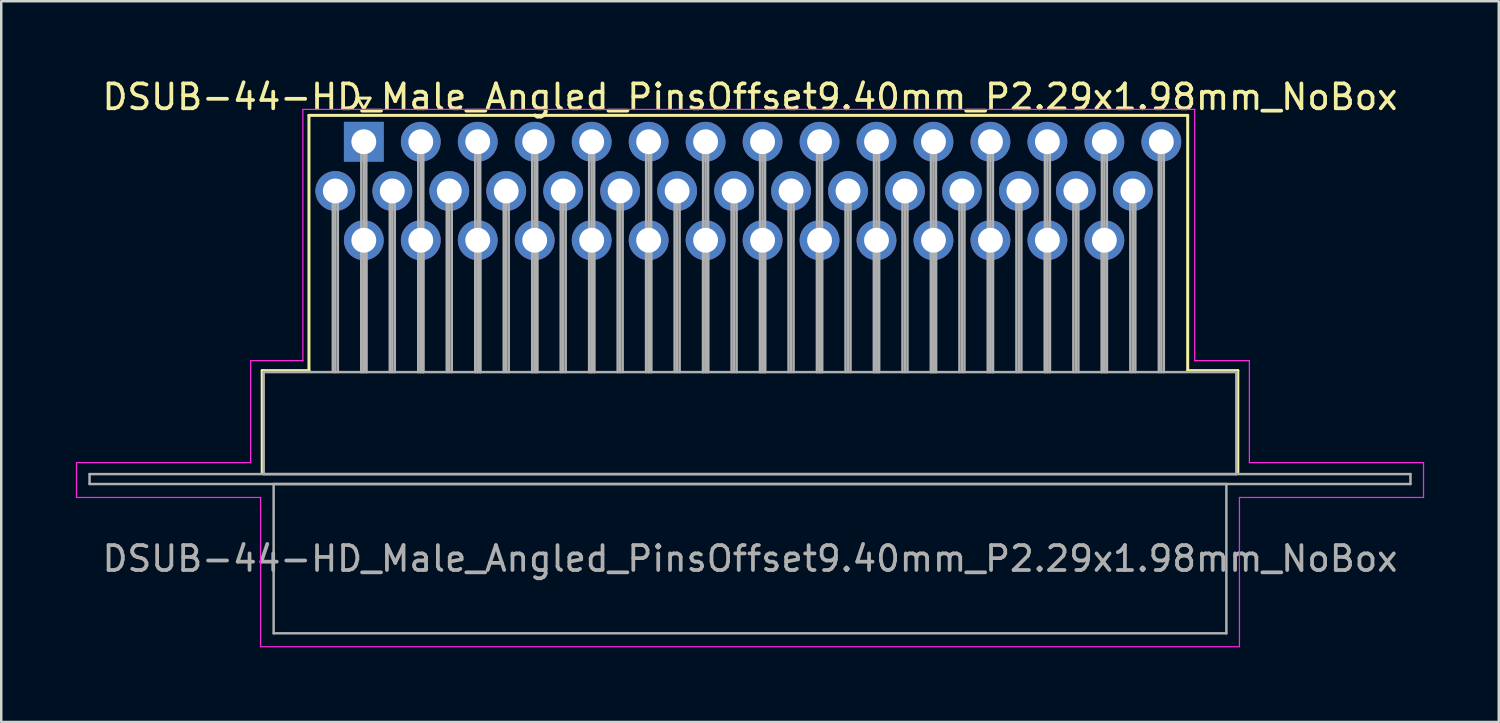
<source format=kicad_pcb>
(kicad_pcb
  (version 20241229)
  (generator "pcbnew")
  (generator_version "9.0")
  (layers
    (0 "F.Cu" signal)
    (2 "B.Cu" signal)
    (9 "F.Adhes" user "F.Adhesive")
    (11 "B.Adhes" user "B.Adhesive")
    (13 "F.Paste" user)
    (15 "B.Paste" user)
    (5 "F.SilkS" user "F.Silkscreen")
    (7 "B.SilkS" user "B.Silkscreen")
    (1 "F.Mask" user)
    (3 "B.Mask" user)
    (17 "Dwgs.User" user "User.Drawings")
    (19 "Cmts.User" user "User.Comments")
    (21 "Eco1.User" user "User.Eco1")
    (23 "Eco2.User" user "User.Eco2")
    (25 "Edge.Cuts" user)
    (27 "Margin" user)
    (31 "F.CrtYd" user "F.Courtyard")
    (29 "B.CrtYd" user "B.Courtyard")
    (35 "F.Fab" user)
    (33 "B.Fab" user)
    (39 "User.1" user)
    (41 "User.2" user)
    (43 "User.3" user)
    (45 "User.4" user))
  (footprint "DSUB-44-HD_Male_Angled_PinsOffset9.40mm_P2.29x1.98mm_NoBox"
    (layer "F.Cu")
    (at 11.575 2.648)
    (property "Reference" "DSUB-44-HD_Male_Angled_PinsOffset9.40mm_P2.29x1.98mm_NoBox" (at 15.525 -1.8 0) (layer "F.SilkS") (effects (font (size 1 1) (thickness 0.15))))
    (attr through_hole)
    (fp_line (start -4.085 9.2) (end -2.205 9.2) (stroke (width 0.12) (type solid)) (layer "F.SilkS"))
    (fp_line (start -4.085 13.3) (end -4.085 9.2) (stroke (width 0.12) (type solid)) (layer "F.SilkS"))
    (fp_line (start -2.205 -1.06) (end 33.12 -1.06) (stroke (width 0.12) (type solid)) (layer "F.SilkS"))
    (fp_line (start -2.205 9.2) (end -2.205 -1.06) (stroke (width 0.12) (type solid)) (layer "F.SilkS"))
    (fp_line (start -0.25 -1.754) (end 0.25 -1.754) (stroke (width 0.12) (type solid)) (layer "F.SilkS"))
    (fp_line (start 0 -1.321) (end -0.25 -1.754) (stroke (width 0.12) (type solid)) (layer "F.SilkS"))
    (fp_line (start 0.25 -1.754) (end 0 -1.321) (stroke (width 0.12) (type solid)) (layer "F.SilkS"))
    (fp_line (start 33.12 -1.06) (end 33.12 9.2) (stroke (width 0.12) (type solid)) (layer "F.SilkS"))
    (fp_line (start 33.12 9.2) (end 35.135 9.2) (stroke (width 0.12) (type solid)) (layer "F.SilkS"))
    (fp_line (start 35.135 9.2) (end 35.135 13.3) (stroke (width 0.12) (type solid)) (layer "F.SilkS"))
    (fp_line (start -11.55 12.9) (end -4.55 12.9) (stroke (width 0.05) (type solid)) (layer "F.CrtYd"))
    (fp_line (start -11.55 14.3) (end -11.55 12.9) (stroke (width 0.05) (type solid)) (layer "F.CrtYd"))
    (fp_line (start -4.55 8.8) (end -2.45 8.8) (stroke (width 0.05) (type solid)) (layer "F.CrtYd"))
    (fp_line (start -4.55 12.9) (end -4.55 8.8) (stroke (width 0.05) (type solid)) (layer "F.CrtYd"))
    (fp_line (start -4.15 14.3) (end -11.55 14.3) (stroke (width 0.05) (type solid)) (layer "F.CrtYd"))
    (fp_line (start -4.15 20.3) (end -4.15 14.3) (stroke (width 0.05) (type solid)) (layer "F.CrtYd"))
    (fp_line (start -2.45 -1.3) (end 33.4 -1.3) (stroke (width 0.05) (type solid)) (layer "F.CrtYd"))
    (fp_line (start -2.45 8.8) (end -2.45 -1.3) (stroke (width 0.05) (type solid)) (layer "F.CrtYd"))
    (fp_line (start 33.4 -1.3) (end 33.4 8.8) (stroke (width 0.05) (type solid)) (layer "F.CrtYd"))
    (fp_line (start 33.4 8.8) (end 35.6 8.8) (stroke (width 0.05) (type solid)) (layer "F.CrtYd"))
    (fp_line (start 35.2 14.3) (end 35.2 20.3) (stroke (width 0.05) (type solid)) (layer "F.CrtYd"))
    (fp_line (start 35.2 20.3) (end -4.15 20.3) (stroke (width 0.05) (type solid)) (layer "F.CrtYd"))
    (fp_line (start 35.6 8.8) (end 35.6 12.9) (stroke (width 0.05) (type solid)) (layer "F.CrtYd"))
    (fp_line (start 35.6 12.9) (end 42.6 12.9) (stroke (width 0.05) (type solid)) (layer "F.CrtYd"))
    (fp_line (start 42.6 12.9) (end 42.6 14.3) (stroke (width 0.05) (type solid)) (layer "F.CrtYd"))
    (fp_line (start 42.6 14.3) (end 35.2 14.3) (stroke (width 0.05) (type solid)) (layer "F.CrtYd"))
    (fp_line (start -11.025 13.36) (end -11.025 13.76) (stroke (width 0.1) (type solid)) (layer "F.Fab"))
    (fp_line (start -11.025 13.76) (end 42.075 13.76) (stroke (width 0.1) (type solid)) (layer "F.Fab"))
    (fp_line (start -4.025 9.26) (end -4.025 13.36) (stroke (width 0.1) (type solid)) (layer "F.Fab"))
    (fp_line (start -4.025 13.36) (end 35.075 13.36) (stroke (width 0.1) (type solid)) (layer "F.Fab"))
    (fp_line (start -3.625 13.76) (end -3.625 19.76) (stroke (width 0.1) (type solid)) (layer "F.Fab"))
    (fp_line (start -3.625 19.76) (end 34.675 19.76) (stroke (width 0.1) (type solid)) (layer "F.Fab"))
    (fp_line (start -1.245 1.98) (end -1.245 9.26) (stroke (width 0.1) (type solid)) (layer "F.Fab"))
    (fp_line (start -1.145 1.98) (end -1.145 9.26) (stroke (width 0.1) (type solid)) (layer "F.Fab"))
    (fp_line (start -1.045 1.98) (end -1.045 9.26) (stroke (width 0.1) (type solid)) (layer "F.Fab"))
    (fp_line (start -0.1 0) (end -0.1 9.26) (stroke (width 0.1) (type solid)) (layer "F.Fab"))
    (fp_line (start -0.1 3.96) (end -0.1 9.26) (stroke (width 0.1) (type solid)) (layer "F.Fab"))
    (fp_line (start 0 0) (end 0 9.26) (stroke (width 0.1) (type solid)) (layer "F.Fab"))
    (fp_line (start 0 3.96) (end 0 9.26) (stroke (width 0.1) (type solid)) (layer "F.Fab"))
    (fp_line (start 0.1 0) (end 0.1 9.26) (stroke (width 0.1) (type solid)) (layer "F.Fab"))
    (fp_line (start 0.1 3.96) (end 0.1 9.26) (stroke (width 0.1) (type solid)) (layer "F.Fab"))
    (fp_line (start 1.045 1.98) (end 1.045 9.26) (stroke (width 0.1) (type solid)) (layer "F.Fab"))
    (fp_line (start 1.145 1.98) (end 1.145 9.26) (stroke (width 0.1) (type solid)) (layer "F.Fab"))
    (fp_line (start 1.245 1.98) (end 1.245 9.26) (stroke (width 0.1) (type solid)) (layer "F.Fab"))
    (fp_line (start 2.19 0) (end 2.19 9.26) (stroke (width 0.1) (type solid)) (layer "F.Fab"))
    (fp_line (start 2.19 3.96) (end 2.19 9.26) (stroke (width 0.1) (type solid)) (layer "F.Fab"))
    (fp_line (start 2.29 0) (end 2.29 9.26) (stroke (width 0.1) (type solid)) (layer "F.Fab"))
    (fp_line (start 2.29 3.96) (end 2.29 9.26) (stroke (width 0.1) (type solid)) (layer "F.Fab"))
    (fp_line (start 2.39 0) (end 2.39 9.26) (stroke (width 0.1) (type solid)) (layer "F.Fab"))
    (fp_line (start 2.39 3.96) (end 2.39 9.26) (stroke (width 0.1) (type solid)) (layer "F.Fab"))
    (fp_line (start 3.335 1.98) (end 3.335 9.26) (stroke (width 0.1) (type solid)) (layer "F.Fab"))
    (fp_line (start 3.435 1.98) (end 3.435 9.26) (stroke (width 0.1) (type solid)) (layer "F.Fab"))
    (fp_line (start 3.535 1.98) (end 3.535 9.26) (stroke (width 0.1) (type solid)) (layer "F.Fab"))
    (fp_line (start 4.48 0) (end 4.48 9.26) (stroke (width 0.1) (type solid)) (layer "F.Fab"))
    (fp_line (start 4.48 3.96) (end 4.48 9.26) (stroke (width 0.1) (type solid)) (layer "F.Fab"))
    (fp_line (start 4.58 0) (end 4.58 9.26) (stroke (width 0.1) (type solid)) (layer "F.Fab"))
    (fp_line (start 4.58 3.96) (end 4.58 9.26) (stroke (width 0.1) (type solid)) (layer "F.Fab"))
    (fp_line (start 4.68 0) (end 4.68 9.26) (stroke (width 0.1) (type solid)) (layer "F.Fab"))
    (fp_line (start 4.68 3.96) (end 4.68 9.26) (stroke (width 0.1) (type solid)) (layer "F.Fab"))
    (fp_line (start 5.625 1.98) (end 5.625 9.26) (stroke (width 0.1) (type solid)) (layer "F.Fab"))
    (fp_line (start 5.725 1.98) (end 5.725 9.26) (stroke (width 0.1) (type solid)) (layer "F.Fab"))
    (fp_line (start 5.825 1.98) (end 5.825 9.26) (stroke (width 0.1) (type solid)) (layer "F.Fab"))
    (fp_line (start 6.77 0) (end 6.77 9.26) (stroke (width 0.1) (type solid)) (layer "F.Fab"))
    (fp_line (start 6.77 3.96) (end 6.77 9.26) (stroke (width 0.1) (type solid)) (layer "F.Fab"))
    (fp_line (start 6.87 0) (end 6.87 9.26) (stroke (width 0.1) (type solid)) (layer "F.Fab"))
    (fp_line (start 6.87 3.96) (end 6.87 9.26) (stroke (width 0.1) (type solid)) (layer "F.Fab"))
    (fp_line (start 6.97 0) (end 6.97 9.26) (stroke (width 0.1) (type solid)) (layer "F.Fab"))
    (fp_line (start 6.97 3.96) (end 6.97 9.26) (stroke (width 0.1) (type solid)) (layer "F.Fab"))
    (fp_line (start 7.915 1.98) (end 7.915 9.26) (stroke (width 0.1) (type solid)) (layer "F.Fab"))
    (fp_line (start 8.015 1.98) (end 8.015 9.26) (stroke (width 0.1) (type solid)) (layer "F.Fab"))
    (fp_line (start 8.115 1.98) (end 8.115 9.26) (stroke (width 0.1) (type solid)) (layer "F.Fab"))
    (fp_line (start 9.06 0) (end 9.06 9.26) (stroke (width 0.1) (type solid)) (layer "F.Fab"))
    (fp_line (start 9.06 3.96) (end 9.06 9.26) (stroke (width 0.1) (type solid)) (layer "F.Fab"))
    (fp_line (start 9.16 0) (end 9.16 9.26) (stroke (width 0.1) (type solid)) (layer "F.Fab"))
    (fp_line (start 9.16 3.96) (end 9.16 9.26) (stroke (width 0.1) (type solid)) (layer "F.Fab"))
    (fp_line (start 9.26 0) (end 9.26 9.26) (stroke (width 0.1) (type solid)) (layer "F.Fab"))
    (fp_line (start 9.26 3.96) (end 9.26 9.26) (stroke (width 0.1) (type solid)) (layer "F.Fab"))
    (fp_line (start 10.205 1.98) (end 10.205 9.26) (stroke (width 0.1) (type solid)) (layer "F.Fab"))
    (fp_line (start 10.305 1.98) (end 10.305 9.26) (stroke (width 0.1) (type solid)) (layer "F.Fab"))
    (fp_line (start 10.405 1.98) (end 10.405 9.26) (stroke (width 0.1) (type solid)) (layer "F.Fab"))
    (fp_line (start 11.35 0) (end 11.35 9.26) (stroke (width 0.1) (type solid)) (layer "F.Fab"))
    (fp_line (start 11.35 3.96) (end 11.35 9.26) (stroke (width 0.1) (type solid)) (layer "F.Fab"))
    (fp_line (start 11.45 0) (end 11.45 9.26) (stroke (width 0.1) (type solid)) (layer "F.Fab"))
    (fp_line (start 11.45 3.96) (end 11.45 9.26) (stroke (width 0.1) (type solid)) (layer "F.Fab"))
    (fp_line (start 11.55 0) (end 11.55 9.26) (stroke (width 0.1) (type solid)) (layer "F.Fab"))
    (fp_line (start 11.55 3.96) (end 11.55 9.26) (stroke (width 0.1) (type solid)) (layer "F.Fab"))
    (fp_line (start 12.495 1.98) (end 12.495 9.26) (stroke (width 0.1) (type solid)) (layer "F.Fab"))
    (fp_line (start 12.595 1.98) (end 12.595 9.26) (stroke (width 0.1) (type solid)) (layer "F.Fab"))
    (fp_line (start 12.695 1.98) (end 12.695 9.26) (stroke (width 0.1) (type solid)) (layer "F.Fab"))
    (fp_line (start 13.64 0) (end 13.64 9.26) (stroke (width 0.1) (type solid)) (layer "F.Fab"))
    (fp_line (start 13.64 3.96) (end 13.64 9.26) (stroke (width 0.1) (type solid)) (layer "F.Fab"))
    (fp_line (start 13.74 0) (end 13.74 9.26) (stroke (width 0.1) (type solid)) (layer "F.Fab"))
    (fp_line (start 13.74 3.96) (end 13.74 9.26) (stroke (width 0.1) (type solid)) (layer "F.Fab"))
    (fp_line (start 13.84 0) (end 13.84 9.26) (stroke (width 0.1) (type solid)) (layer "F.Fab"))
    (fp_line (start 13.84 3.96) (end 13.84 9.26) (stroke (width 0.1) (type solid)) (layer "F.Fab"))
    (fp_line (start 14.785 1.98) (end 14.785 9.26) (stroke (width 0.1) (type solid)) (layer "F.Fab"))
    (fp_line (start 14.885 1.98) (end 14.885 9.26) (stroke (width 0.1) (type solid)) (layer "F.Fab"))
    (fp_line (start 14.985 1.98) (end 14.985 9.26) (stroke (width 0.1) (type solid)) (layer "F.Fab"))
    (fp_line (start 15.93 0) (end 15.93 9.26) (stroke (width 0.1) (type solid)) (layer "F.Fab"))
    (fp_line (start 15.93 3.96) (end 15.93 9.26) (stroke (width 0.1) (type solid)) (layer "F.Fab"))
    (fp_line (start 16.03 0) (end 16.03 9.26) (stroke (width 0.1) (type solid)) (layer "F.Fab"))
    (fp_line (start 16.03 3.96) (end 16.03 9.26) (stroke (width 0.1) (type solid)) (layer "F.Fab"))
    (fp_line (start 16.13 0) (end 16.13 9.26) (stroke (width 0.1) (type solid)) (layer "F.Fab"))
    (fp_line (start 16.13 3.96) (end 16.13 9.26) (stroke (width 0.1) (type solid)) (layer "F.Fab"))
    (fp_line (start 17.075 1.98) (end 17.075 9.26) (stroke (width 0.1) (type solid)) (layer "F.Fab"))
    (fp_line (start 17.175 1.98) (end 17.175 9.26) (stroke (width 0.1) (type solid)) (layer "F.Fab"))
    (fp_line (start 17.275 1.98) (end 17.275 9.26) (stroke (width 0.1) (type solid)) (layer "F.Fab"))
    (fp_line (start 18.22 0) (end 18.22 9.26) (stroke (width 0.1) (type solid)) (layer "F.Fab"))
    (fp_line (start 18.22 3.96) (end 18.22 9.26) (stroke (width 0.1) (type solid)) (layer "F.Fab"))
    (fp_line (start 18.32 0) (end 18.32 9.26) (stroke (width 0.1) (type solid)) (layer "F.Fab"))
    (fp_line (start 18.32 3.96) (end 18.32 9.26) (stroke (width 0.1) (type solid)) (layer "F.Fab"))
    (fp_line (start 18.42 0) (end 18.42 9.26) (stroke (width 0.1) (type solid)) (layer "F.Fab"))
    (fp_line (start 18.42 3.96) (end 18.42 9.26) (stroke (width 0.1) (type solid)) (layer "F.Fab"))
    (fp_line (start 19.365 1.98) (end 19.365 9.26) (stroke (width 0.1) (type solid)) (layer "F.Fab"))
    (fp_line (start 19.465 1.98) (end 19.465 9.26) (stroke (width 0.1) (type solid)) (layer "F.Fab"))
    (fp_line (start 19.565 1.98) (end 19.565 9.26) (stroke (width 0.1) (type solid)) (layer "F.Fab"))
    (fp_line (start 20.51 0) (end 20.51 9.26) (stroke (width 0.1) (type solid)) (layer "F.Fab"))
    (fp_line (start 20.51 3.96) (end 20.51 9.26) (stroke (width 0.1) (type solid)) (layer "F.Fab"))
    (fp_line (start 20.61 0) (end 20.61 9.26) (stroke (width 0.1) (type solid)) (layer "F.Fab"))
    (fp_line (start 20.61 3.96) (end 20.61 9.26) (stroke (width 0.1) (type solid)) (layer "F.Fab"))
    (fp_line (start 20.71 0) (end 20.71 9.26) (stroke (width 0.1) (type solid)) (layer "F.Fab"))
    (fp_line (start 20.71 3.96) (end 20.71 9.26) (stroke (width 0.1) (type solid)) (layer "F.Fab"))
    (fp_line (start 21.655 1.98) (end 21.655 9.26) (stroke (width 0.1) (type solid)) (layer "F.Fab"))
    (fp_line (start 21.755 1.98) (end 21.755 9.26) (stroke (width 0.1) (type solid)) (layer "F.Fab"))
    (fp_line (start 21.855 1.98) (end 21.855 9.26) (stroke (width 0.1) (type solid)) (layer "F.Fab"))
    (fp_line (start 22.8 0) (end 22.8 9.26) (stroke (width 0.1) (type solid)) (layer "F.Fab"))
    (fp_line (start 22.8 3.96) (end 22.8 9.26) (stroke (width 0.1) (type solid)) (layer "F.Fab"))
    (fp_line (start 22.9 0) (end 22.9 9.26) (stroke (width 0.1) (type solid)) (layer "F.Fab"))
    (fp_line (start 22.9 3.96) (end 22.9 9.26) (stroke (width 0.1) (type solid)) (layer "F.Fab"))
    (fp_line (start 23 0) (end 23 9.26) (stroke (width 0.1) (type solid)) (layer "F.Fab"))
    (fp_line (start 23 3.96) (end 23 9.26) (stroke (width 0.1) (type solid)) (layer "F.Fab"))
    (fp_line (start 23.945 1.98) (end 23.945 9.26) (stroke (width 0.1) (type solid)) (layer "F.Fab"))
    (fp_line (start 24.045 1.98) (end 24.045 9.26) (stroke (width 0.1) (type solid)) (layer "F.Fab"))
    (fp_line (start 24.145 1.98) (end 24.145 9.26) (stroke (width 0.1) (type solid)) (layer "F.Fab"))
    (fp_line (start 25.09 0) (end 25.09 9.26) (stroke (width 0.1) (type solid)) (layer "F.Fab"))
    (fp_line (start 25.09 3.96) (end 25.09 9.26) (stroke (width 0.1) (type solid)) (layer "F.Fab"))
    (fp_line (start 25.19 0) (end 25.19 9.26) (stroke (width 0.1) (type solid)) (layer "F.Fab"))
    (fp_line (start 25.19 3.96) (end 25.19 9.26) (stroke (width 0.1) (type solid)) (layer "F.Fab"))
    (fp_line (start 25.29 0) (end 25.29 9.26) (stroke (width 0.1) (type solid)) (layer "F.Fab"))
    (fp_line (start 25.29 3.96) (end 25.29 9.26) (stroke (width 0.1) (type solid)) (layer "F.Fab"))
    (fp_line (start 26.235 1.98) (end 26.235 9.26) (stroke (width 0.1) (type solid)) (layer "F.Fab"))
    (fp_line (start 26.335 1.98) (end 26.335 9.26) (stroke (width 0.1) (type solid)) (layer "F.Fab"))
    (fp_line (start 26.435 1.98) (end 26.435 9.26) (stroke (width 0.1) (type solid)) (layer "F.Fab"))
    (fp_line (start 27.38 0) (end 27.38 9.26) (stroke (width 0.1) (type solid)) (layer "F.Fab"))
    (fp_line (start 27.38 3.96) (end 27.38 9.26) (stroke (width 0.1) (type solid)) (layer "F.Fab"))
    (fp_line (start 27.48 0) (end 27.48 9.26) (stroke (width 0.1) (type solid)) (layer "F.Fab"))
    (fp_line (start 27.48 3.96) (end 27.48 9.26) (stroke (width 0.1) (type solid)) (layer "F.Fab"))
    (fp_line (start 27.58 0) (end 27.58 9.26) (stroke (width 0.1) (type solid)) (layer "F.Fab"))
    (fp_line (start 27.58 3.96) (end 27.58 9.26) (stroke (width 0.1) (type solid)) (layer "F.Fab"))
    (fp_line (start 28.525 1.98) (end 28.525 9.26) (stroke (width 0.1) (type solid)) (layer "F.Fab"))
    (fp_line (start 28.625 1.98) (end 28.625 9.26) (stroke (width 0.1) (type solid)) (layer "F.Fab"))
    (fp_line (start 28.725 1.98) (end 28.725 9.26) (stroke (width 0.1) (type solid)) (layer "F.Fab"))
    (fp_line (start 29.67 0) (end 29.67 9.26) (stroke (width 0.1) (type solid)) (layer "F.Fab"))
    (fp_line (start 29.67 3.96) (end 29.67 9.26) (stroke (width 0.1) (type solid)) (layer "F.Fab"))
    (fp_line (start 29.77 0) (end 29.77 9.26) (stroke (width 0.1) (type solid)) (layer "F.Fab"))
    (fp_line (start 29.77 3.96) (end 29.77 9.26) (stroke (width 0.1) (type solid)) (layer "F.Fab"))
    (fp_line (start 29.87 0) (end 29.87 9.26) (stroke (width 0.1) (type solid)) (layer "F.Fab"))
    (fp_line (start 29.87 3.96) (end 29.87 9.26) (stroke (width 0.1) (type solid)) (layer "F.Fab"))
    (fp_line (start 30.815 1.98) (end 30.815 9.26) (stroke (width 0.1) (type solid)) (layer "F.Fab"))
    (fp_line (start 30.915 1.98) (end 30.915 9.26) (stroke (width 0.1) (type solid)) (layer "F.Fab"))
    (fp_line (start 31.015 1.98) (end 31.015 9.26) (stroke (width 0.1) (type solid)) (layer "F.Fab"))
    (fp_line (start 31.96 0) (end 31.96 9.26) (stroke (width 0.1) (type solid)) (layer "F.Fab"))
    (fp_line (start 32.06 0) (end 32.06 9.26) (stroke (width 0.1) (type solid)) (layer "F.Fab"))
    (fp_line (start 32.16 0) (end 32.16 9.26) (stroke (width 0.1) (type solid)) (layer "F.Fab"))
    (fp_line (start 34.675 13.76) (end -3.625 13.76) (stroke (width 0.1) (type solid)) (layer "F.Fab"))
    (fp_line (start 34.675 19.76) (end 34.675 13.76) (stroke (width 0.1) (type solid)) (layer "F.Fab"))
    (fp_line (start 35.075 9.26) (end -4.025 9.26) (stroke (width 0.1) (type solid)) (layer "F.Fab"))
    (fp_line (start 35.075 13.36) (end 35.075 9.26) (stroke (width 0.1) (type solid)) (layer "F.Fab"))
    (fp_line (start 42.075 13.36) (end -11.025 13.36) (stroke (width 0.1) (type solid)) (layer "F.Fab"))
    (fp_line (start 42.075 13.76) (end 42.075 13.36) (stroke (width 0.1) (type solid)) (layer "F.Fab"))
    (fp_text user "${REFERENCE}" (at 15.525 16.76 0) (layer "F.Fab") (effects (font (size 1 1) (thickness 0.15))))
    (pad "1" thru_hole rect (at 0 0) (size 1.6 1.6) (drill 1) (layers "*.Cu" "*.Mask"))
    (pad "2" thru_hole circle (at 2.29 0) (size 1.6 1.6) (drill 1) (layers "*.Cu" "*.Mask"))
    (pad "3" thru_hole circle (at 4.58 0) (size 1.6 1.6) (drill 1) (layers "*.Cu" "*.Mask"))
    (pad "4" thru_hole circle (at 6.87 0) (size 1.6 1.6) (drill 1) (layers "*.Cu" "*.Mask"))
    (pad "5" thru_hole circle (at 9.16 0) (size 1.6 1.6) (drill 1) (layers "*.Cu" "*.Mask"))
    (pad "6" thru_hole circle (at 11.45 0) (size 1.6 1.6) (drill 1) (layers "*.Cu" "*.Mask"))
    (pad "7" thru_hole circle (at 13.74 0) (size 1.6 1.6) (drill 1) (layers "*.Cu" "*.Mask"))
    (pad "8" thru_hole circle (at 16.03 0) (size 1.6 1.6) (drill 1) (layers "*.Cu" "*.Mask"))
    (pad "9" thru_hole circle (at 18.32 0) (size 1.6 1.6) (drill 1) (layers "*.Cu" "*.Mask"))
    (pad "10" thru_hole circle (at 20.61 0) (size 1.6 1.6) (drill 1) (layers "*.Cu" "*.Mask"))
    (pad "11" thru_hole circle (at 22.9 0) (size 1.6 1.6) (drill 1) (layers "*.Cu" "*.Mask"))
    (pad "12" thru_hole circle (at 25.19 0) (size 1.6 1.6) (drill 1) (layers "*.Cu" "*.Mask"))
    (pad "13" thru_hole circle (at 27.48 0) (size 1.6 1.6) (drill 1) (layers "*.Cu" "*.Mask"))
    (pad "14" thru_hole circle (at 29.77 0) (size 1.6 1.6) (drill 1) (layers "*.Cu" "*.Mask"))
    (pad "15" thru_hole circle (at 32.06 0) (size 1.6 1.6) (drill 1) (layers "*.Cu" "*.Mask"))
    (pad "16" thru_hole circle (at -1.145 1.98) (size 1.6 1.6) (drill 1) (layers "*.Cu" "*.Mask"))
    (pad "17" thru_hole circle (at 1.145 1.98) (size 1.6 1.6) (drill 1) (layers "*.Cu" "*.Mask"))
    (pad "18" thru_hole circle (at 3.435 1.98) (size 1.6 1.6) (drill 1) (layers "*.Cu" "*.Mask"))
    (pad "19" thru_hole circle (at 5.725 1.98) (size 1.6 1.6) (drill 1) (layers "*.Cu" "*.Mask"))
    (pad "20" thru_hole circle (at 8.015 1.98) (size 1.6 1.6) (drill 1) (layers "*.Cu" "*.Mask"))
    (pad "21" thru_hole circle (at 10.305 1.98) (size 1.6 1.6) (drill 1) (layers "*.Cu" "*.Mask"))
    (pad "22" thru_hole circle (at 12.595 1.98) (size 1.6 1.6) (drill 1) (layers "*.Cu" "*.Mask"))
    (pad "23" thru_hole circle (at 14.885 1.98) (size 1.6 1.6) (drill 1) (layers "*.Cu" "*.Mask"))
    (pad "24" thru_hole circle (at 17.175 1.98) (size 1.6 1.6) (drill 1) (layers "*.Cu" "*.Mask"))
    (pad "25" thru_hole circle (at 19.465 1.98) (size 1.6 1.6) (drill 1) (layers "*.Cu" "*.Mask"))
    (pad "26" thru_hole circle (at 21.755 1.98) (size 1.6 1.6) (drill 1) (layers "*.Cu" "*.Mask"))
    (pad "27" thru_hole circle (at 24.045 1.98) (size 1.6 1.6) (drill 1) (layers "*.Cu" "*.Mask"))
    (pad "28" thru_hole circle (at 26.335 1.98) (size 1.6 1.6) (drill 1) (layers "*.Cu" "*.Mask"))
    (pad "29" thru_hole circle (at 28.625 1.98) (size 1.6 1.6) (drill 1) (layers "*.Cu" "*.Mask"))
    (pad "30" thru_hole circle (at 30.915 1.98) (size 1.6 1.6) (drill 1) (layers "*.Cu" "*.Mask"))
    (pad "31" thru_hole circle (at 0 3.96) (size 1.6 1.6) (drill 1) (layers "*.Cu" "*.Mask"))
    (pad "32" thru_hole circle (at 2.29 3.96) (size 1.6 1.6) (drill 1) (layers "*.Cu" "*.Mask"))
    (pad "33" thru_hole circle (at 4.58 3.96) (size 1.6 1.6) (drill 1) (layers "*.Cu" "*.Mask"))
    (pad "34" thru_hole circle (at 6.87 3.96) (size 1.6 1.6) (drill 1) (layers "*.Cu" "*.Mask"))
    (pad "35" thru_hole circle (at 9.16 3.96) (size 1.6 1.6) (drill 1) (layers "*.Cu" "*.Mask"))
    (pad "36" thru_hole circle (at 11.45 3.96) (size 1.6 1.6) (drill 1) (layers "*.Cu" "*.Mask"))
    (pad "37" thru_hole circle (at 13.74 3.96) (size 1.6 1.6) (drill 1) (layers "*.Cu" "*.Mask"))
    (pad "38" thru_hole circle (at 16.03 3.96) (size 1.6 1.6) (drill 1) (layers "*.Cu" "*.Mask"))
    (pad "39" thru_hole circle (at 18.32 3.96) (size 1.6 1.6) (drill 1) (layers "*.Cu" "*.Mask"))
    (pad "40" thru_hole circle (at 20.61 3.96) (size 1.6 1.6) (drill 1) (layers "*.Cu" "*.Mask"))
    (pad "41" thru_hole circle (at 22.9 3.96) (size 1.6 1.6) (drill 1) (layers "*.Cu" "*.Mask"))
    (pad "42" thru_hole circle (at 25.19 3.96) (size 1.6 1.6) (drill 1) (layers "*.Cu" "*.Mask"))
    (pad "43" thru_hole circle (at 27.48 3.96) (size 1.6 1.6) (drill 1) (layers "*.Cu" "*.Mask"))
    (pad "44" thru_hole circle (at 29.77 3.96) (size 1.6 1.6) (drill 1) (layers "*.Cu" "*.Mask")))
  (gr_rect
    (start -3 -3)
    (end 57.2 25.973)
    (stroke (width 0.1) (type default))
    (fill no)
    (layer "Edge.Cuts")))
</source>
